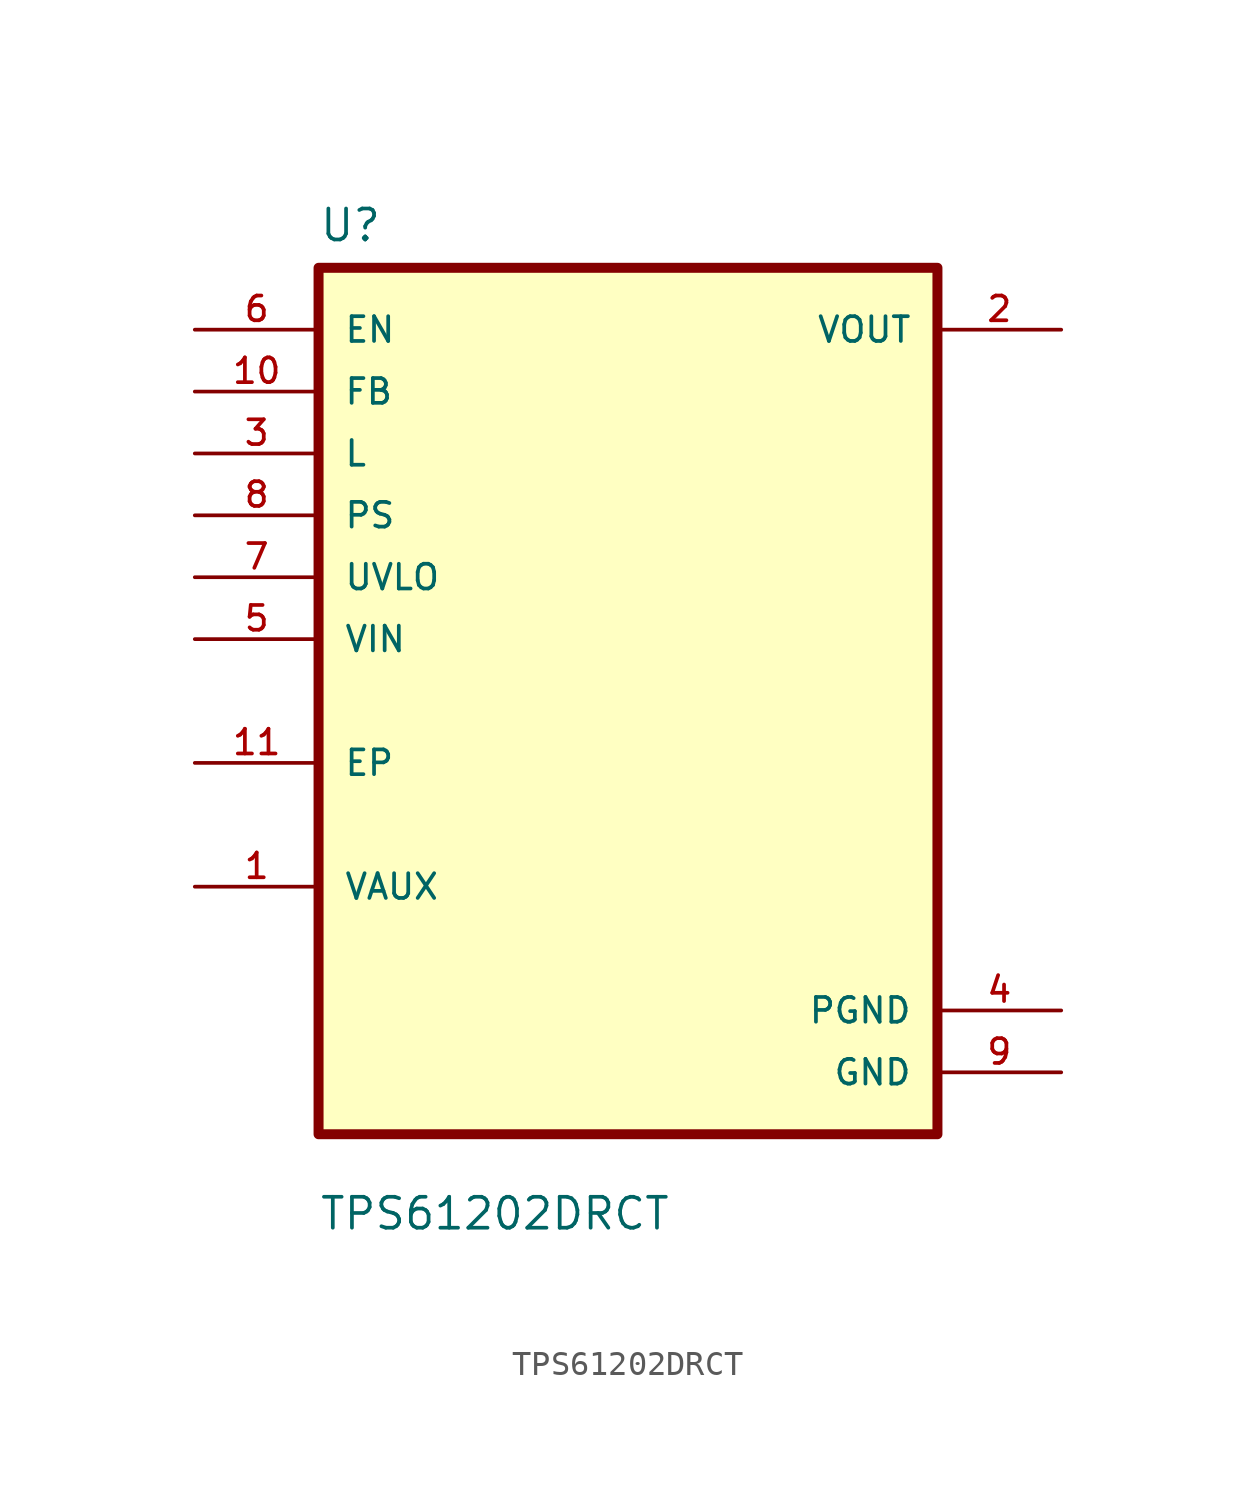
<source format=kicad_sym>
(kicad_symbol_lib
  (version 20211014)
  (generator kicad_symbol_editor)
  (symbol "TPS61202DRCT"
    (pin_names
      (offset 1.016))
    (property "Reference" "U"
      (at -12.7 18.78 0.0)
      (effects (font (size 1.27 1.27)) (justify bottom left)))
    (property "Value" "TPS61202DRCT"
      (at -12.7 -21.78 0.0)
      (effects (font (size 1.27 1.27)) (justify bottom left)))
    (symbol "TPS61202DRCT_0_0"
      (rectangle (start -12.7 -17.78) (end 12.7 17.78) (stroke (width 0.41)) (fill (type background)))
      (pin input line (at -17.78 15.24 0) (length 5.08) (name "EN" (effects (font (size 1.016 1.016)))) (number "6" (effects (font (size 1.016 1.016)))))
      (pin input line (at -17.78 12.7 0) (length 5.08) (name "FB" (effects (font (size 1.016 1.016)))) (number "10" (effects (font (size 1.016 1.016)))))
      (pin input line (at -17.78 10.16 0) (length 5.08) (name "L" (effects (font (size 1.016 1.016)))) (number "3" (effects (font (size 1.016 1.016)))))
      (pin input line (at -17.78 7.62 0) (length 5.08) (name "PS" (effects (font (size 1.016 1.016)))) (number "8" (effects (font (size 1.016 1.016)))))
      (pin input line (at -17.78 5.08 0) (length 5.08) (name "UVLO" (effects (font (size 1.016 1.016)))) (number "7" (effects (font (size 1.016 1.016)))))
      (pin input line (at -17.78 2.54 0) (length 5.08) (name "VIN" (effects (font (size 1.016 1.016)))) (number "5" (effects (font (size 1.016 1.016)))))
      (pin bidirectional line (at -17.78 -2.54 0) (length 5.08) (name "EP" (effects (font (size 1.016 1.016)))) (number "11" (effects (font (size 1.016 1.016)))))
      (pin bidirectional line (at -17.78 -7.62 0) (length 5.08) (name "VAUX" (effects (font (size 1.016 1.016)))) (number "1" (effects (font (size 1.016 1.016)))))
      (pin output line (at 17.78 15.24 180.0) (length 5.08) (name "VOUT" (effects (font (size 1.016 1.016)))) (number "2" (effects (font (size 1.016 1.016)))))
      (pin power_in line (at 17.78 -12.7 180.0) (length 5.08) (name "PGND" (effects (font (size 1.016 1.016)))) (number "4" (effects (font (size 1.016 1.016)))))
      (pin power_in line (at 17.78 -15.24 180.0) (length 5.08) (name "GND" (effects (font (size 1.016 1.016)))) (number "9" (effects (font (size 1.016 1.016))))))))
</source>
